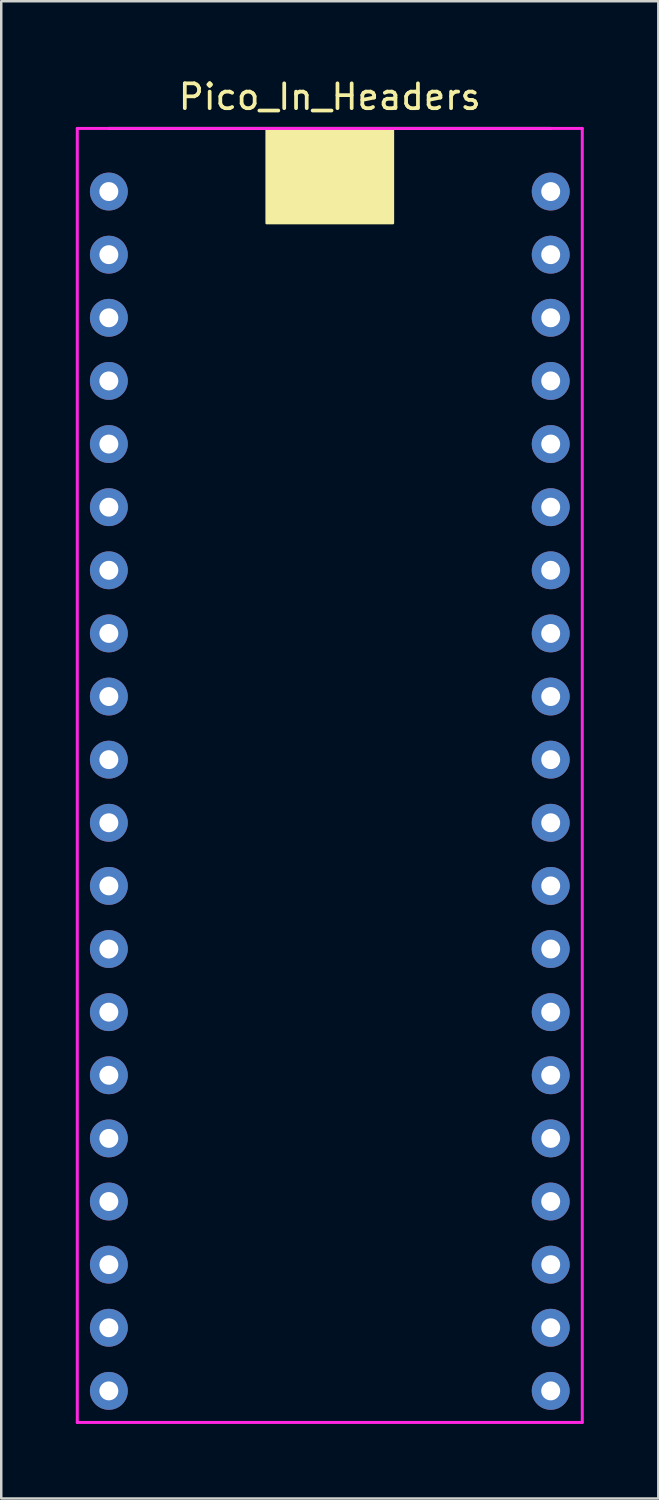
<source format=kicad_pcb>
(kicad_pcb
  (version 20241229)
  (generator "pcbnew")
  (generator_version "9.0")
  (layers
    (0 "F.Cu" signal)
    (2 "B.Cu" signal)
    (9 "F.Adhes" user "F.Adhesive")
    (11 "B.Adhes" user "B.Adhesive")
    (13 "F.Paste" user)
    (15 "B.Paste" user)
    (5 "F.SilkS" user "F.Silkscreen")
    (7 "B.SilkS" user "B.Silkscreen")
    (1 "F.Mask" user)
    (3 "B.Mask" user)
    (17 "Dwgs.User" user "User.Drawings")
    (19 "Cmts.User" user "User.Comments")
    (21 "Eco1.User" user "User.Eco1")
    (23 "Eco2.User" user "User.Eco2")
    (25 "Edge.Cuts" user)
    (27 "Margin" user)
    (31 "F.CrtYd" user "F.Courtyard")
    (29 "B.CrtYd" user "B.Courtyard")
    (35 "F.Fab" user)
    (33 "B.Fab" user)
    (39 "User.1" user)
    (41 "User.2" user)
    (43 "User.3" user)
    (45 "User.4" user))
  (footprint "Pico_In_Headers"
    (layer "F.Cu")
    (at 10.22 28.788)
    (property "Reference" "Pico_In_Headers" (at 0 -27.94 0) (layer "F.SilkS") (effects (font (size 1 1) (thickness 0.15))))
    (attr through_hole)
    (fp_line (start -8.89 -26.67) (end 8.89 -26.67) (stroke (width 0.12) (type solid)) (layer "F.SilkS"))
    (fp_poly (pts (xy 2.54 -22.86) (xy -2.54 -22.86) (xy -2.54 -26.67) (xy 2.54 -26.67)) (stroke (width 0.1) (type solid)) (fill yes) (layer "F.SilkS"))
    (fp_line (start -10.16 -26.67) (end 10.16 -26.67) (stroke (width 0.12) (type solid)) (layer "F.CrtYd"))
    (fp_line (start -10.16 25.4) (end -10.16 -26.67) (stroke (width 0.12) (type solid)) (layer "F.CrtYd"))
    (fp_line (start 10.16 -26.67) (end 10.16 25.4) (stroke (width 0.12) (type solid)) (layer "F.CrtYd"))
    (fp_line (start 10.16 25.4) (end -10.16 25.4) (stroke (width 0.12) (type solid)) (layer "F.CrtYd"))
    (pad "1" thru_hole circle (at -8.89 -24.13) (size 1.524 1.524) (drill 0.762) (layers "*.Cu" "*.Mask"))
    (pad "2" thru_hole circle (at -8.89 -21.59) (size 1.524 1.524) (drill 0.762) (layers "*.Cu" "*.Mask"))
    (pad "3" thru_hole circle (at -8.89 -19.05) (size 1.524 1.524) (drill 0.762) (layers "*.Cu" "*.Mask"))
    (pad "4" thru_hole circle (at -8.89 -16.51) (size 1.524 1.524) (drill 0.762) (layers "*.Cu" "*.Mask"))
    (pad "5" thru_hole circle (at -8.89 -13.97) (size 1.524 1.524) (drill 0.762) (layers "*.Cu" "*.Mask"))
    (pad "6" thru_hole circle (at -8.89 -11.43) (size 1.524 1.524) (drill 0.762) (layers "*.Cu" "*.Mask"))
    (pad "7" thru_hole circle (at -8.89 -8.89) (size 1.524 1.524) (drill 0.762) (layers "*.Cu" "*.Mask"))
    (pad "8" thru_hole circle (at -8.89 -6.35) (size 1.524 1.524) (drill 0.762) (layers "*.Cu" "*.Mask"))
    (pad "9" thru_hole circle (at -8.89 -3.81) (size 1.524 1.524) (drill 0.762) (layers "*.Cu" "*.Mask"))
    (pad "10" thru_hole circle (at -8.89 -1.27) (size 1.524 1.524) (drill 0.762) (layers "*.Cu" "*.Mask"))
    (pad "11" thru_hole circle (at -8.89 1.27) (size 1.524 1.524) (drill 0.762) (layers "*.Cu" "*.Mask"))
    (pad "12" thru_hole circle (at -8.89 3.81) (size 1.524 1.524) (drill 0.762) (layers "*.Cu" "*.Mask"))
    (pad "13" thru_hole circle (at -8.89 6.35) (size 1.524 1.524) (drill 0.762) (layers "*.Cu" "*.Mask"))
    (pad "14" thru_hole circle (at -8.89 8.89) (size 1.524 1.524) (drill 0.762) (layers "*.Cu" "*.Mask"))
    (pad "15" thru_hole circle (at -8.89 11.43) (size 1.524 1.524) (drill 0.762) (layers "*.Cu" "*.Mask"))
    (pad "16" thru_hole circle (at -8.89 13.97) (size 1.524 1.524) (drill 0.762) (layers "*.Cu" "*.Mask"))
    (pad "17" thru_hole circle (at -8.89 16.51) (size 1.524 1.524) (drill 0.762) (layers "*.Cu" "*.Mask"))
    (pad "18" thru_hole circle (at -8.89 19.05) (size 1.524 1.524) (drill 0.762) (layers "*.Cu" "*.Mask"))
    (pad "19" thru_hole circle (at -8.89 21.59) (size 1.524 1.524) (drill 0.762) (layers "*.Cu" "*.Mask"))
    (pad "20" thru_hole circle (at -8.89 24.13) (size 1.524 1.524) (drill 0.762) (layers "*.Cu" "*.Mask"))
    (pad "21" thru_hole circle (at 8.89 24.13) (size 1.524 1.524) (drill 0.762) (layers "*.Cu" "*.Mask"))
    (pad "22" thru_hole circle (at 8.89 21.59) (size 1.524 1.524) (drill 0.762) (layers "*.Cu" "*.Mask"))
    (pad "23" thru_hole circle (at 8.89 19.05) (size 1.524 1.524) (drill 0.762) (layers "*.Cu" "*.Mask"))
    (pad "24" thru_hole circle (at 8.89 16.51) (size 1.524 1.524) (drill 0.762) (layers "*.Cu" "*.Mask"))
    (pad "25" thru_hole circle (at 8.89 13.97) (size 1.524 1.524) (drill 0.762) (layers "*.Cu" "*.Mask"))
    (pad "26" thru_hole circle (at 8.89 11.43) (size 1.524 1.524) (drill 0.762) (layers "*.Cu" "*.Mask"))
    (pad "27" thru_hole circle (at 8.89 8.89) (size 1.524 1.524) (drill 0.762) (layers "*.Cu" "*.Mask"))
    (pad "28" thru_hole circle (at 8.89 6.35) (size 1.524 1.524) (drill 0.762) (layers "*.Cu" "*.Mask"))
    (pad "29" thru_hole circle (at 8.89 3.81) (size 1.524 1.524) (drill 0.762) (layers "*.Cu" "*.Mask"))
    (pad "30" thru_hole circle (at 8.89 1.27) (size 1.524 1.524) (drill 0.762) (layers "*.Cu" "*.Mask"))
    (pad "31" thru_hole circle (at 8.89 -1.27) (size 1.524 1.524) (drill 0.762) (layers "*.Cu" "*.Mask"))
    (pad "32" thru_hole circle (at 8.89 -3.81) (size 1.524 1.524) (drill 0.762) (layers "*.Cu" "*.Mask"))
    (pad "33" thru_hole circle (at 8.89 -6.35) (size 1.524 1.524) (drill 0.762) (layers "*.Cu" "*.Mask"))
    (pad "34" thru_hole circle (at 8.89 -8.89) (size 1.524 1.524) (drill 0.762) (layers "*.Cu" "*.Mask"))
    (pad "35" thru_hole circle (at 8.89 -11.43) (size 1.524 1.524) (drill 0.762) (layers "*.Cu" "*.Mask"))
    (pad "36" thru_hole circle (at 8.89 -13.97) (size 1.524 1.524) (drill 0.762) (layers "*.Cu" "*.Mask"))
    (pad "37" thru_hole circle (at 8.89 -16.51) (size 1.524 1.524) (drill 0.762) (layers "*.Cu" "*.Mask"))
    (pad "38" thru_hole circle (at 8.89 -19.05) (size 1.524 1.524) (drill 0.762) (layers "*.Cu" "*.Mask"))
    (pad "39" thru_hole circle (at 8.89 -21.59) (size 1.524 1.524) (drill 0.762) (layers "*.Cu" "*.Mask"))
    (pad "40" thru_hole circle (at 8.89 -24.13) (size 1.524 1.524) (drill 0.762) (layers "*.Cu" "*.Mask")))
  (gr_rect
    (start -3 -3)
    (end 23.44 57.248)
    (stroke (width 0.1) (type default))
    (fill no)
    (layer "Edge.Cuts")))
</source>
